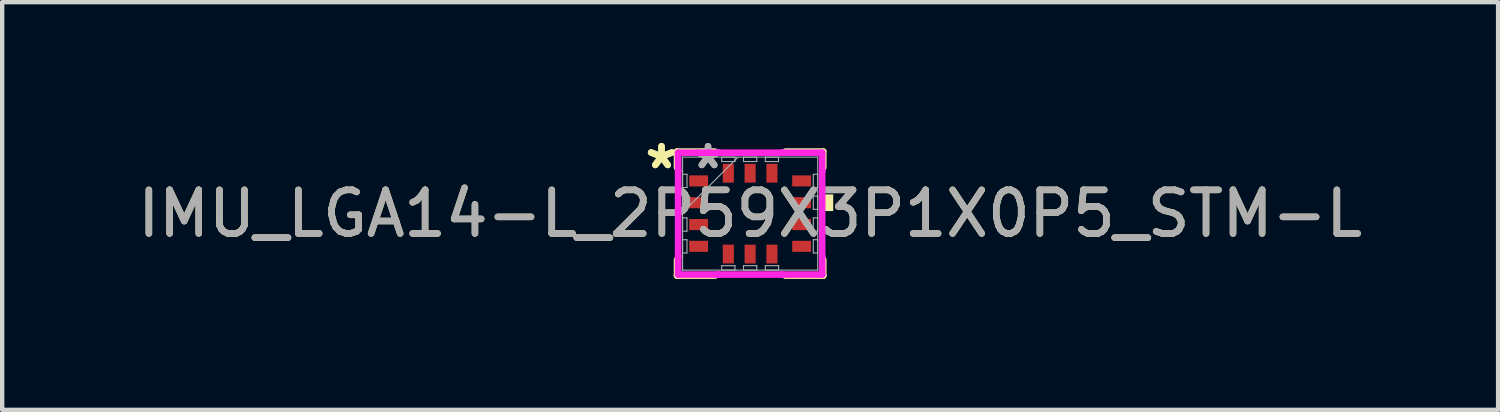
<source format=kicad_pcb>
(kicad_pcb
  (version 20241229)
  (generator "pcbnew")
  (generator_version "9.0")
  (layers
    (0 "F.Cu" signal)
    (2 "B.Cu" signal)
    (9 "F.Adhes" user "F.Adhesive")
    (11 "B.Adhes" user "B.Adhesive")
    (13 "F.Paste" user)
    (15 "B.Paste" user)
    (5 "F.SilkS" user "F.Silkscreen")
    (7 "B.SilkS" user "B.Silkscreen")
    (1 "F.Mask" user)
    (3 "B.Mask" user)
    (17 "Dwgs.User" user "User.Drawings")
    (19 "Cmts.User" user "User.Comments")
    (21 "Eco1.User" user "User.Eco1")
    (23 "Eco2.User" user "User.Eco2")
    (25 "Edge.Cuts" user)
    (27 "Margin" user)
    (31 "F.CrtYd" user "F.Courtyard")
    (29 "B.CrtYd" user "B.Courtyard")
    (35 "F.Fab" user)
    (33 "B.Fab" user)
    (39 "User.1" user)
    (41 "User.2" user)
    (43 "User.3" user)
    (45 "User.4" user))
  (footprint "IMU_LGA14-L_2P59X3P1X0P5_STM-L"
    (layer "F.Cu")
    (at 14.149 1.848)
    (property "Reference" "IMU_LGA14-L_2P59X3P1X0P5_STM-L" (at 0 0 0) (unlocked yes) (layer "F.SilkS") (effects (font (size 1 1) (thickness 0.15))))
    (attr smd)
    (fp_line (start -1.676 -1.422) (end -1.676 -1.058) (stroke (width 0.152) (type solid)) (layer "F.SilkS"))
    (fp_line (start -1.676 1.058) (end -1.676 1.422) (stroke (width 0.152) (type solid)) (layer "F.SilkS"))
    (fp_line (start -1.676 1.422) (end -0.808 1.422) (stroke (width 0.152) (type solid)) (layer "F.SilkS"))
    (fp_line (start -0.808 -1.422) (end -1.676 -1.422) (stroke (width 0.152) (type solid)) (layer "F.SilkS"))
    (fp_line (start 0.808 1.422) (end 1.676 1.422) (stroke (width 0.152) (type solid)) (layer "F.SilkS"))
    (fp_line (start 1.676 -1.422) (end 0.808 -1.422) (stroke (width 0.152) (type solid)) (layer "F.SilkS"))
    (fp_line (start 1.676 -1.058) (end 1.676 -1.422) (stroke (width 0.152) (type solid)) (layer "F.SilkS"))
    (fp_line (start 1.676 1.422) (end 1.676 1.058) (stroke (width 0.152) (type solid)) (layer "F.SilkS"))
    (fp_poly (pts (xy 1.905 -0.441) (xy 1.905 -0.059) (xy 1.651 -0.059) (xy 1.651 -0.441)) (stroke (width 0) (type solid)) (fill yes) (layer "F.SilkS"))
    (fp_line (start -1.651 -1.397) (end -0.729 -1.397) (stroke (width 0.152) (type solid)) (layer "F.CrtYd"))
    (fp_line (start -1.651 -0.979) (end -1.651 -1.397) (stroke (width 0.152) (type solid)) (layer "F.CrtYd"))
    (fp_line (start -1.651 -0.979) (end -1.651 -0.979) (stroke (width 0.152) (type solid)) (layer "F.CrtYd"))
    (fp_line (start -1.651 0.979) (end -1.651 -0.979) (stroke (width 0.152) (type solid)) (layer "F.CrtYd"))
    (fp_line (start -1.651 0.979) (end -1.651 0.979) (stroke (width 0.152) (type solid)) (layer "F.CrtYd"))
    (fp_line (start -1.651 1.397) (end -1.651 0.979) (stroke (width 0.152) (type solid)) (layer "F.CrtYd"))
    (fp_line (start -0.729 -1.397) (end -0.729 -1.397) (stroke (width 0.152) (type solid)) (layer "F.CrtYd"))
    (fp_line (start -0.729 -1.397) (end 0.729 -1.397) (stroke (width 0.152) (type solid)) (layer "F.CrtYd"))
    (fp_line (start -0.729 1.397) (end -1.651 1.397) (stroke (width 0.152) (type solid)) (layer "F.CrtYd"))
    (fp_line (start -0.729 1.397) (end -0.729 1.397) (stroke (width 0.152) (type solid)) (layer "F.CrtYd"))
    (fp_line (start 0.729 -1.397) (end 0.729 -1.397) (stroke (width 0.152) (type solid)) (layer "F.CrtYd"))
    (fp_line (start 0.729 -1.397) (end 1.651 -1.397) (stroke (width 0.152) (type solid)) (layer "F.CrtYd"))
    (fp_line (start 0.729 1.397) (end -0.729 1.397) (stroke (width 0.152) (type solid)) (layer "F.CrtYd"))
    (fp_line (start 0.729 1.397) (end 0.729 1.397) (stroke (width 0.152) (type solid)) (layer "F.CrtYd"))
    (fp_line (start 1.651 -1.397) (end 1.651 -0.979) (stroke (width 0.152) (type solid)) (layer "F.CrtYd"))
    (fp_line (start 1.651 -0.979) (end 1.651 -0.979) (stroke (width 0.152) (type solid)) (layer "F.CrtYd"))
    (fp_line (start 1.651 -0.979) (end 1.651 0.979) (stroke (width 0.152) (type solid)) (layer "F.CrtYd"))
    (fp_line (start 1.651 0.979) (end 1.651 0.979) (stroke (width 0.152) (type solid)) (layer "F.CrtYd"))
    (fp_line (start 1.651 0.979) (end 1.651 1.397) (stroke (width 0.152) (type solid)) (layer "F.CrtYd"))
    (fp_line (start 1.651 1.397) (end 0.729 1.397) (stroke (width 0.152) (type solid)) (layer "F.CrtYd"))
    (fp_line (start -1.549 -1.295) (end -1.549 -1.295) (stroke (width 0.025) (type solid)) (layer "F.Fab"))
    (fp_line (start -1.549 -1.295) (end -1.549 1.295) (stroke (width 0.025) (type solid)) (layer "F.Fab"))
    (fp_line (start -1.549 -0.902) (end -1.448 -0.902) (stroke (width 0.025) (type solid)) (layer "F.Fab"))
    (fp_line (start -1.549 -0.598) (end -1.549 -0.902) (stroke (width 0.025) (type solid)) (layer "F.Fab"))
    (fp_line (start -1.549 -0.402) (end -1.448 -0.402) (stroke (width 0.025) (type solid)) (layer "F.Fab"))
    (fp_line (start -1.549 -0.098) (end -1.549 -0.402) (stroke (width 0.025) (type solid)) (layer "F.Fab"))
    (fp_line (start -1.549 -0.025) (end -0.279 -1.295) (stroke (width 0.025) (type solid)) (layer "F.Fab"))
    (fp_line (start -1.549 0.098) (end -1.448 0.098) (stroke (width 0.025) (type solid)) (layer "F.Fab"))
    (fp_line (start -1.549 0.402) (end -1.549 0.098) (stroke (width 0.025) (type solid)) (layer "F.Fab"))
    (fp_line (start -1.549 0.598) (end -1.448 0.598) (stroke (width 0.025) (type solid)) (layer "F.Fab"))
    (fp_line (start -1.549 0.902) (end -1.549 0.598) (stroke (width 0.025) (type solid)) (layer "F.Fab"))
    (fp_line (start -1.549 1.295) (end -1.549 1.295) (stroke (width 0.025) (type solid)) (layer "F.Fab"))
    (fp_line (start -1.549 1.295) (end 1.549 1.295) (stroke (width 0.025) (type solid)) (layer "F.Fab"))
    (fp_line (start -1.448 -0.902) (end -1.448 -0.598) (stroke (width 0.025) (type solid)) (layer "F.Fab"))
    (fp_line (start -1.448 -0.598) (end -1.549 -0.598) (stroke (width 0.025) (type solid)) (layer "F.Fab"))
    (fp_line (start -1.448 -0.402) (end -1.448 -0.098) (stroke (width 0.025) (type solid)) (layer "F.Fab"))
    (fp_line (start -1.448 -0.098) (end -1.549 -0.098) (stroke (width 0.025) (type solid)) (layer "F.Fab"))
    (fp_line (start -1.448 0.098) (end -1.448 0.402) (stroke (width 0.025) (type solid)) (layer "F.Fab"))
    (fp_line (start -1.448 0.402) (end -1.549 0.402) (stroke (width 0.025) (type solid)) (layer "F.Fab"))
    (fp_line (start -1.448 0.598) (end -1.448 0.902) (stroke (width 0.025) (type solid)) (layer "F.Fab"))
    (fp_line (start -1.448 0.902) (end -1.549 0.902) (stroke (width 0.025) (type solid)) (layer "F.Fab"))
    (fp_line (start -0.652 -1.295) (end -0.348 -1.295) (stroke (width 0.025) (type solid)) (layer "F.Fab"))
    (fp_line (start -0.652 -1.194) (end -0.652 -1.295) (stroke (width 0.025) (type solid)) (layer "F.Fab"))
    (fp_line (start -0.652 1.194) (end -0.348 1.194) (stroke (width 0.025) (type solid)) (layer "F.Fab"))
    (fp_line (start -0.652 1.295) (end -0.652 1.194) (stroke (width 0.025) (type solid)) (layer "F.Fab"))
    (fp_line (start -0.348 -1.295) (end -0.348 -1.194) (stroke (width 0.025) (type solid)) (layer "F.Fab"))
    (fp_line (start -0.348 -1.194) (end -0.652 -1.194) (stroke (width 0.025) (type solid)) (layer "F.Fab"))
    (fp_line (start -0.348 1.194) (end -0.348 1.295) (stroke (width 0.025) (type solid)) (layer "F.Fab"))
    (fp_line (start -0.348 1.295) (end -0.652 1.295) (stroke (width 0.025) (type solid)) (layer "F.Fab"))
    (fp_line (start -0.152 -1.295) (end 0.152 -1.295) (stroke (width 0.025) (type solid)) (layer "F.Fab"))
    (fp_line (start -0.152 -1.194) (end -0.152 -1.295) (stroke (width 0.025) (type solid)) (layer "F.Fab"))
    (fp_line (start -0.152 1.194) (end 0.152 1.194) (stroke (width 0.025) (type solid)) (layer "F.Fab"))
    (fp_line (start -0.152 1.295) (end -0.152 1.194) (stroke (width 0.025) (type solid)) (layer "F.Fab"))
    (fp_line (start 0.152 -1.295) (end 0.152 -1.194) (stroke (width 0.025) (type solid)) (layer "F.Fab"))
    (fp_line (start 0.152 -1.194) (end -0.152 -1.194) (stroke (width 0.025) (type solid)) (layer "F.Fab"))
    (fp_line (start 0.152 1.194) (end 0.152 1.295) (stroke (width 0.025) (type solid)) (layer "F.Fab"))
    (fp_line (start 0.152 1.295) (end -0.152 1.295) (stroke (width 0.025) (type solid)) (layer "F.Fab"))
    (fp_line (start 0.348 -1.295) (end 0.652 -1.295) (stroke (width 0.025) (type solid)) (layer "F.Fab"))
    (fp_line (start 0.348 -1.194) (end 0.348 -1.295) (stroke (width 0.025) (type solid)) (layer "F.Fab"))
    (fp_line (start 0.348 1.194) (end 0.652 1.194) (stroke (width 0.025) (type solid)) (layer "F.Fab"))
    (fp_line (start 0.348 1.295) (end 0.348 1.194) (stroke (width 0.025) (type solid)) (layer "F.Fab"))
    (fp_line (start 0.652 -1.295) (end 0.652 -1.194) (stroke (width 0.025) (type solid)) (layer "F.Fab"))
    (fp_line (start 0.652 -1.194) (end 0.348 -1.194) (stroke (width 0.025) (type solid)) (layer "F.Fab"))
    (fp_line (start 0.652 1.194) (end 0.652 1.295) (stroke (width 0.025) (type solid)) (layer "F.Fab"))
    (fp_line (start 0.652 1.295) (end 0.348 1.295) (stroke (width 0.025) (type solid)) (layer "F.Fab"))
    (fp_line (start 1.448 -0.902) (end 1.549 -0.902) (stroke (width 0.025) (type solid)) (layer "F.Fab"))
    (fp_line (start 1.448 -0.598) (end 1.448 -0.902) (stroke (width 0.025) (type solid)) (layer "F.Fab"))
    (fp_line (start 1.448 -0.402) (end 1.549 -0.402) (stroke (width 0.025) (type solid)) (layer "F.Fab"))
    (fp_line (start 1.448 -0.098) (end 1.448 -0.402) (stroke (width 0.025) (type solid)) (layer "F.Fab"))
    (fp_line (start 1.448 0.098) (end 1.549 0.098) (stroke (width 0.025) (type solid)) (layer "F.Fab"))
    (fp_line (start 1.448 0.402) (end 1.448 0.098) (stroke (width 0.025) (type solid)) (layer "F.Fab"))
    (fp_line (start 1.448 0.598) (end 1.549 0.598) (stroke (width 0.025) (type solid)) (layer "F.Fab"))
    (fp_line (start 1.448 0.902) (end 1.448 0.598) (stroke (width 0.025) (type solid)) (layer "F.Fab"))
    (fp_line (start 1.549 -1.295) (end -1.549 -1.295) (stroke (width 0.025) (type solid)) (layer "F.Fab"))
    (fp_line (start 1.549 -1.295) (end 1.549 -1.295) (stroke (width 0.025) (type solid)) (layer "F.Fab"))
    (fp_line (start 1.549 -0.902) (end 1.549 -0.598) (stroke (width 0.025) (type solid)) (layer "F.Fab"))
    (fp_line (start 1.549 -0.598) (end 1.448 -0.598) (stroke (width 0.025) (type solid)) (layer "F.Fab"))
    (fp_line (start 1.549 -0.402) (end 1.549 -0.098) (stroke (width 0.025) (type solid)) (layer "F.Fab"))
    (fp_line (start 1.549 -0.098) (end 1.448 -0.098) (stroke (width 0.025) (type solid)) (layer "F.Fab"))
    (fp_line (start 1.549 0.098) (end 1.549 0.402) (stroke (width 0.025) (type solid)) (layer "F.Fab"))
    (fp_line (start 1.549 0.402) (end 1.448 0.402) (stroke (width 0.025) (type solid)) (layer "F.Fab"))
    (fp_line (start 1.549 0.598) (end 1.549 0.902) (stroke (width 0.025) (type solid)) (layer "F.Fab"))
    (fp_line (start 1.549 0.902) (end 1.448 0.902) (stroke (width 0.025) (type solid)) (layer "F.Fab"))
    (fp_line (start 1.549 1.295) (end 1.549 -1.295) (stroke (width 0.025) (type solid)) (layer "F.Fab"))
    (fp_line (start 1.549 1.295) (end 1.549 1.295) (stroke (width 0.025) (type solid)) (layer "F.Fab"))
    (fp_text user "*" (at -2.032 -1 0) (unlocked yes) (layer "F.SilkS") (effects (font (size 1 1) (thickness 0.15))))
    (fp_text user "*" (at -2.032 -1 0) (layer "F.SilkS") (effects (font (size 1 1) (thickness 0.15))))
    (fp_text user "*" (at -0.965 -1 0) (layer "F.Fab") (effects (font (size 1 1) (thickness 0.15))))
    (fp_text user "${REFERENCE}" (at 0 0 0) (unlocked yes) (layer "F.Fab") (effects (font (size 1 1) (thickness 0.15))))
    (fp_text user "*" (at -0.965 -1 0) (unlocked yes) (layer "F.Fab") (effects (font (size 1 1) (thickness 0.15))))
    (pad "1" smd rect (at -1.181 -0.75 90) (size 0.254 0.432) (layers "F.Cu" "F.Mask" "F.Paste"))
    (pad "2" smd rect (at -1.181 -0.25 90) (size 0.254 0.432) (layers "F.Cu" "F.Mask" "F.Paste"))
    (pad "3" smd rect (at -1.181 0.25 90) (size 0.254 0.432) (layers "F.Cu" "F.Mask" "F.Paste"))
    (pad "4" smd rect (at -1.181 0.75 90) (size 0.254 0.432) (layers "F.Cu" "F.Mask" "F.Paste"))
    (pad "5" smd rect (at -0.5 0.927) (size 0.254 0.432) (layers "F.Cu" "F.Mask" "F.Paste"))
    (pad "6" smd rect (at 0 0.927) (size 0.254 0.432) (layers "F.Cu" "F.Mask" "F.Paste"))
    (pad "7" smd rect (at 0.5 0.927) (size 0.254 0.432) (layers "F.Cu" "F.Mask" "F.Paste"))
    (pad "8" smd rect (at 1.181 0.75 90) (size 0.254 0.432) (layers "F.Cu" "F.Mask" "F.Paste"))
    (pad "9" smd rect (at 1.181 0.25 90) (size 0.254 0.432) (layers "F.Cu" "F.Mask" "F.Paste"))
    (pad "10" smd rect (at 1.181 -0.25 90) (size 0.254 0.432) (layers "F.Cu" "F.Mask" "F.Paste"))
    (pad "11" smd rect (at 1.181 -0.75 90) (size 0.254 0.432) (layers "F.Cu" "F.Mask" "F.Paste"))
    (pad "12" smd rect (at 0.5 -0.927) (size 0.254 0.432) (layers "F.Cu" "F.Mask" "F.Paste"))
    (pad "13" smd rect (at 0 -0.927) (size 0.254 0.432) (layers "F.Cu" "F.Mask" "F.Paste"))
    (pad "14" smd rect (at -0.5 -0.927) (size 0.254 0.432) (layers "F.Cu" "F.Mask" "F.Paste")))
  (gr_rect
    (start -3 -3)
    (end 31.298 6.347)
    (stroke (width 0.1) (type default))
    (fill no)
    (layer "Edge.Cuts")))
</source>
